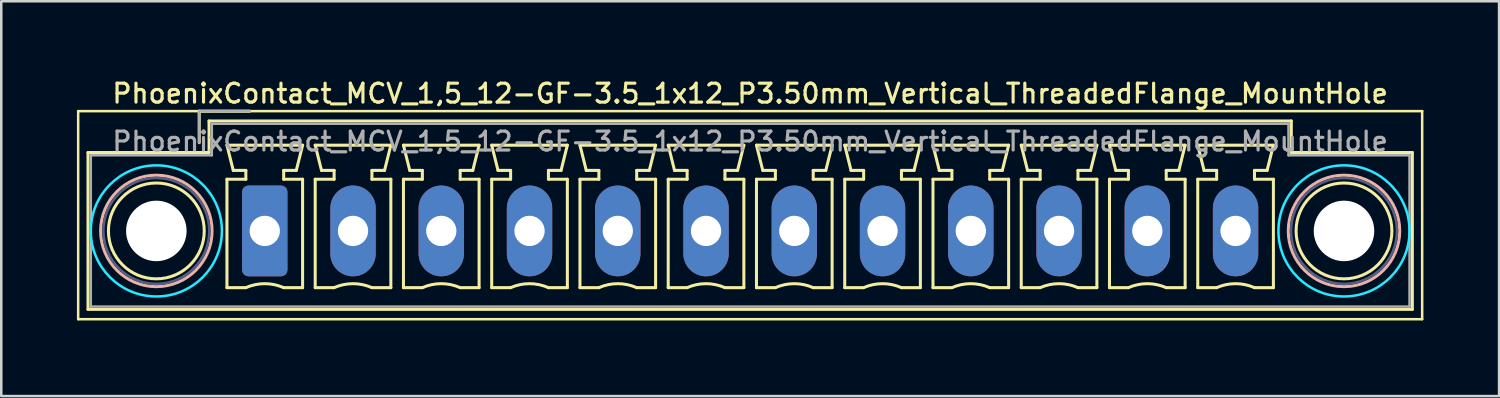
<source format=kicad_pcb>
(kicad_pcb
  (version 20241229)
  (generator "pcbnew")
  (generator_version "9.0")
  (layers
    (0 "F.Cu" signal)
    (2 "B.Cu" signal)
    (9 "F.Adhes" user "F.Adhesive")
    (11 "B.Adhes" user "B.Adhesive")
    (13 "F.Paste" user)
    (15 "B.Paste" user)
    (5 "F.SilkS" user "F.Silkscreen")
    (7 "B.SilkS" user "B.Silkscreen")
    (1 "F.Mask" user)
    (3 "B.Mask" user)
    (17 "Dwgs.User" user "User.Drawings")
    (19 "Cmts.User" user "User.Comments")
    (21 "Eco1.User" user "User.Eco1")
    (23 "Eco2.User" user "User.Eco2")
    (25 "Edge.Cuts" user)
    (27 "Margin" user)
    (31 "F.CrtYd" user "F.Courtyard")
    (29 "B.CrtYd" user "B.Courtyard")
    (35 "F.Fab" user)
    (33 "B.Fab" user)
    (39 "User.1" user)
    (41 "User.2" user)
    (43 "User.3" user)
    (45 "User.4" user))
  (footprint "PhoenixContact_MCV_1,5_12-GF-3.5_1x12_P3.50mm_Vertical_ThreadedFlange_MountHole"
    (layer "F.Cu")
    (at 7.45 6.108)
    (property "Reference" "PhoenixContact_MCV_1,5_12-GF-3.5_1x12_P3.50mm_Vertical_ThreadedFlange_MountHole" (at 19.25 -5.45 0) (layer "F.SilkS") (effects (font (size 0.75 0.75) (thickness 0.125))))
    (attr through_hole)
    (fp_line (start -7.4 -4.75) (end -7.4 3.5) (stroke (width 0.1) (type solid)) (layer "F.SilkS"))
    (fp_line (start -7.4 3.5) (end 45.9 3.5) (stroke (width 0.1) (type solid)) (layer "F.SilkS"))
    (fp_line (start -7.01 -3.11) (end -7.01 3.11) (stroke (width 0.12) (type solid)) (layer "F.SilkS"))
    (fp_line (start -7.01 3.11) (end 45.51 3.11) (stroke (width 0.12) (type solid)) (layer "F.SilkS"))
    (fp_line (start -2.6 -4.75) (end -0.6 -4.75) (stroke (width 0.12) (type solid)) (layer "F.SilkS"))
    (fp_line (start -2.6 -3.5) (end -2.6 -4.75) (stroke (width 0.12) (type solid)) (layer "F.SilkS"))
    (fp_line (start -2.21 -4.36) (end -2.21 -3.11) (stroke (width 0.12) (type solid)) (layer "F.SilkS"))
    (fp_line (start -2.21 -3.11) (end -7.01 -3.11) (stroke (width 0.12) (type solid)) (layer "F.SilkS"))
    (fp_line (start -1.5 -3.4) (end 1.5 -3.4) (stroke (width 0.12) (type solid)) (layer "F.SilkS"))
    (fp_line (start -1.5 -2.05) (end -0.75 -2.05) (stroke (width 0.12) (type solid)) (layer "F.SilkS"))
    (fp_line (start -1.5 2.25) (end -1.5 -2.05) (stroke (width 0.12) (type solid)) (layer "F.SilkS"))
    (fp_line (start -1.25 -2.4) (end -1.5 -3.4) (stroke (width 0.12) (type solid)) (layer "F.SilkS"))
    (fp_line (start -0.75 -2.4) (end -1.25 -2.4) (stroke (width 0.12) (type solid)) (layer "F.SilkS"))
    (fp_line (start -0.75 -2.05) (end -0.75 -2.4) (stroke (width 0.12) (type solid)) (layer "F.SilkS"))
    (fp_line (start -0.75 2.25) (end -1.5 2.25) (stroke (width 0.12) (type solid)) (layer "F.SilkS"))
    (fp_line (start 0.75 -2.4) (end 0.75 -2.05) (stroke (width 0.12) (type solid)) (layer "F.SilkS"))
    (fp_line (start 0.75 -2.05) (end 1.5 -2.05) (stroke (width 0.12) (type solid)) (layer "F.SilkS"))
    (fp_line (start 1.25 -2.4) (end 0.75 -2.4) (stroke (width 0.12) (type solid)) (layer "F.SilkS"))
    (fp_line (start 1.5 -3.4) (end 1.25 -2.4) (stroke (width 0.12) (type solid)) (layer "F.SilkS"))
    (fp_line (start 1.5 -2.05) (end 1.5 2.25) (stroke (width 0.12) (type solid)) (layer "F.SilkS"))
    (fp_line (start 1.5 2.25) (end 0.75 2.25) (stroke (width 0.12) (type solid)) (layer "F.SilkS"))
    (fp_line (start 2 -3.4) (end 5 -3.4) (stroke (width 0.12) (type solid)) (layer "F.SilkS"))
    (fp_line (start 2 -2.05) (end 2.75 -2.05) (stroke (width 0.12) (type solid)) (layer "F.SilkS"))
    (fp_line (start 2 2.25) (end 2 -2.05) (stroke (width 0.12) (type solid)) (layer "F.SilkS"))
    (fp_line (start 2.25 -2.4) (end 2 -3.4) (stroke (width 0.12) (type solid)) (layer "F.SilkS"))
    (fp_line (start 2.75 -2.4) (end 2.25 -2.4) (stroke (width 0.12) (type solid)) (layer "F.SilkS"))
    (fp_line (start 2.75 -2.05) (end 2.75 -2.4) (stroke (width 0.12) (type solid)) (layer "F.SilkS"))
    (fp_line (start 2.75 2.25) (end 2 2.25) (stroke (width 0.12) (type solid)) (layer "F.SilkS"))
    (fp_line (start 4.25 -2.4) (end 4.25 -2.05) (stroke (width 0.12) (type solid)) (layer "F.SilkS"))
    (fp_line (start 4.25 -2.05) (end 5 -2.05) (stroke (width 0.12) (type solid)) (layer "F.SilkS"))
    (fp_line (start 4.75 -2.4) (end 4.25 -2.4) (stroke (width 0.12) (type solid)) (layer "F.SilkS"))
    (fp_line (start 5 -3.4) (end 4.75 -2.4) (stroke (width 0.12) (type solid)) (layer "F.SilkS"))
    (fp_line (start 5 -2.05) (end 5 2.25) (stroke (width 0.12) (type solid)) (layer "F.SilkS"))
    (fp_line (start 5 2.25) (end 4.25 2.25) (stroke (width 0.12) (type solid)) (layer "F.SilkS"))
    (fp_line (start 5.5 -3.4) (end 8.5 -3.4) (stroke (width 0.12) (type solid)) (layer "F.SilkS"))
    (fp_line (start 5.5 -2.05) (end 6.25 -2.05) (stroke (width 0.12) (type solid)) (layer "F.SilkS"))
    (fp_line (start 5.5 2.25) (end 5.5 -2.05) (stroke (width 0.12) (type solid)) (layer "F.SilkS"))
    (fp_line (start 5.75 -2.4) (end 5.5 -3.4) (stroke (width 0.12) (type solid)) (layer "F.SilkS"))
    (fp_line (start 6.25 -2.4) (end 5.75 -2.4) (stroke (width 0.12) (type solid)) (layer "F.SilkS"))
    (fp_line (start 6.25 -2.05) (end 6.25 -2.4) (stroke (width 0.12) (type solid)) (layer "F.SilkS"))
    (fp_line (start 6.25 2.25) (end 5.5 2.25) (stroke (width 0.12) (type solid)) (layer "F.SilkS"))
    (fp_line (start 7.75 -2.4) (end 7.75 -2.05) (stroke (width 0.12) (type solid)) (layer "F.SilkS"))
    (fp_line (start 7.75 -2.05) (end 8.5 -2.05) (stroke (width 0.12) (type solid)) (layer "F.SilkS"))
    (fp_line (start 8.25 -2.4) (end 7.75 -2.4) (stroke (width 0.12) (type solid)) (layer "F.SilkS"))
    (fp_line (start 8.5 -3.4) (end 8.25 -2.4) (stroke (width 0.12) (type solid)) (layer "F.SilkS"))
    (fp_line (start 8.5 -2.05) (end 8.5 2.25) (stroke (width 0.12) (type solid)) (layer "F.SilkS"))
    (fp_line (start 8.5 2.25) (end 7.75 2.25) (stroke (width 0.12) (type solid)) (layer "F.SilkS"))
    (fp_line (start 9 -3.4) (end 12 -3.4) (stroke (width 0.12) (type solid)) (layer "F.SilkS"))
    (fp_line (start 9 -2.05) (end 9.75 -2.05) (stroke (width 0.12) (type solid)) (layer "F.SilkS"))
    (fp_line (start 9 2.25) (end 9 -2.05) (stroke (width 0.12) (type solid)) (layer "F.SilkS"))
    (fp_line (start 9.25 -2.4) (end 9 -3.4) (stroke (width 0.12) (type solid)) (layer "F.SilkS"))
    (fp_line (start 9.75 -2.4) (end 9.25 -2.4) (stroke (width 0.12) (type solid)) (layer "F.SilkS"))
    (fp_line (start 9.75 -2.05) (end 9.75 -2.4) (stroke (width 0.12) (type solid)) (layer "F.SilkS"))
    (fp_line (start 9.75 2.25) (end 9 2.25) (stroke (width 0.12) (type solid)) (layer "F.SilkS"))
    (fp_line (start 11.25 -2.4) (end 11.25 -2.05) (stroke (width 0.12) (type solid)) (layer "F.SilkS"))
    (fp_line (start 11.25 -2.05) (end 12 -2.05) (stroke (width 0.12) (type solid)) (layer "F.SilkS"))
    (fp_line (start 11.75 -2.4) (end 11.25 -2.4) (stroke (width 0.12) (type solid)) (layer "F.SilkS"))
    (fp_line (start 12 -3.4) (end 11.75 -2.4) (stroke (width 0.12) (type solid)) (layer "F.SilkS"))
    (fp_line (start 12 -2.05) (end 12 2.25) (stroke (width 0.12) (type solid)) (layer "F.SilkS"))
    (fp_line (start 12 2.25) (end 11.25 2.25) (stroke (width 0.12) (type solid)) (layer "F.SilkS"))
    (fp_line (start 12.5 -3.4) (end 15.5 -3.4) (stroke (width 0.12) (type solid)) (layer "F.SilkS"))
    (fp_line (start 12.5 -2.05) (end 13.25 -2.05) (stroke (width 0.12) (type solid)) (layer "F.SilkS"))
    (fp_line (start 12.5 2.25) (end 12.5 -2.05) (stroke (width 0.12) (type solid)) (layer "F.SilkS"))
    (fp_line (start 12.75 -2.4) (end 12.5 -3.4) (stroke (width 0.12) (type solid)) (layer "F.SilkS"))
    (fp_line (start 13.25 -2.4) (end 12.75 -2.4) (stroke (width 0.12) (type solid)) (layer "F.SilkS"))
    (fp_line (start 13.25 -2.05) (end 13.25 -2.4) (stroke (width 0.12) (type solid)) (layer "F.SilkS"))
    (fp_line (start 13.25 2.25) (end 12.5 2.25) (stroke (width 0.12) (type solid)) (layer "F.SilkS"))
    (fp_line (start 14.75 -2.4) (end 14.75 -2.05) (stroke (width 0.12) (type solid)) (layer "F.SilkS"))
    (fp_line (start 14.75 -2.05) (end 15.5 -2.05) (stroke (width 0.12) (type solid)) (layer "F.SilkS"))
    (fp_line (start 15.25 -2.4) (end 14.75 -2.4) (stroke (width 0.12) (type solid)) (layer "F.SilkS"))
    (fp_line (start 15.5 -3.4) (end 15.25 -2.4) (stroke (width 0.12) (type solid)) (layer "F.SilkS"))
    (fp_line (start 15.5 -2.05) (end 15.5 2.25) (stroke (width 0.12) (type solid)) (layer "F.SilkS"))
    (fp_line (start 15.5 2.25) (end 14.75 2.25) (stroke (width 0.12) (type solid)) (layer "F.SilkS"))
    (fp_line (start 16 -3.4) (end 19 -3.4) (stroke (width 0.12) (type solid)) (layer "F.SilkS"))
    (fp_line (start 16 -2.05) (end 16.75 -2.05) (stroke (width 0.12) (type solid)) (layer "F.SilkS"))
    (fp_line (start 16 2.25) (end 16 -2.05) (stroke (width 0.12) (type solid)) (layer "F.SilkS"))
    (fp_line (start 16.25 -2.4) (end 16 -3.4) (stroke (width 0.12) (type solid)) (layer "F.SilkS"))
    (fp_line (start 16.75 -2.4) (end 16.25 -2.4) (stroke (width 0.12) (type solid)) (layer "F.SilkS"))
    (fp_line (start 16.75 -2.05) (end 16.75 -2.4) (stroke (width 0.12) (type solid)) (layer "F.SilkS"))
    (fp_line (start 16.75 2.25) (end 16 2.25) (stroke (width 0.12) (type solid)) (layer "F.SilkS"))
    (fp_line (start 18.25 -2.4) (end 18.25 -2.05) (stroke (width 0.12) (type solid)) (layer "F.SilkS"))
    (fp_line (start 18.25 -2.05) (end 19 -2.05) (stroke (width 0.12) (type solid)) (layer "F.SilkS"))
    (fp_line (start 18.75 -2.4) (end 18.25 -2.4) (stroke (width 0.12) (type solid)) (layer "F.SilkS"))
    (fp_line (start 19 -3.4) (end 18.75 -2.4) (stroke (width 0.12) (type solid)) (layer "F.SilkS"))
    (fp_line (start 19 -2.05) (end 19 2.25) (stroke (width 0.12) (type solid)) (layer "F.SilkS"))
    (fp_line (start 19 2.25) (end 18.25 2.25) (stroke (width 0.12) (type solid)) (layer "F.SilkS"))
    (fp_line (start 19.5 -3.4) (end 22.5 -3.4) (stroke (width 0.12) (type solid)) (layer "F.SilkS"))
    (fp_line (start 19.5 -2.05) (end 20.25 -2.05) (stroke (width 0.12) (type solid)) (layer "F.SilkS"))
    (fp_line (start 19.5 2.25) (end 19.5 -2.05) (stroke (width 0.12) (type solid)) (layer "F.SilkS"))
    (fp_line (start 19.75 -2.4) (end 19.5 -3.4) (stroke (width 0.12) (type solid)) (layer "F.SilkS"))
    (fp_line (start 20.25 -2.4) (end 19.75 -2.4) (stroke (width 0.12) (type solid)) (layer "F.SilkS"))
    (fp_line (start 20.25 -2.05) (end 20.25 -2.4) (stroke (width 0.12) (type solid)) (layer "F.SilkS"))
    (fp_line (start 20.25 2.25) (end 19.5 2.25) (stroke (width 0.12) (type solid)) (layer "F.SilkS"))
    (fp_line (start 21.75 -2.4) (end 21.75 -2.05) (stroke (width 0.12) (type solid)) (layer "F.SilkS"))
    (fp_line (start 21.75 -2.05) (end 22.5 -2.05) (stroke (width 0.12) (type solid)) (layer "F.SilkS"))
    (fp_line (start 22.25 -2.4) (end 21.75 -2.4) (stroke (width 0.12) (type solid)) (layer "F.SilkS"))
    (fp_line (start 22.5 -3.4) (end 22.25 -2.4) (stroke (width 0.12) (type solid)) (layer "F.SilkS"))
    (fp_line (start 22.5 -2.05) (end 22.5 2.25) (stroke (width 0.12) (type solid)) (layer "F.SilkS"))
    (fp_line (start 22.5 2.25) (end 21.75 2.25) (stroke (width 0.12) (type solid)) (layer "F.SilkS"))
    (fp_line (start 23 -3.4) (end 26 -3.4) (stroke (width 0.12) (type solid)) (layer "F.SilkS"))
    (fp_line (start 23 -2.05) (end 23.75 -2.05) (stroke (width 0.12) (type solid)) (layer "F.SilkS"))
    (fp_line (start 23 2.25) (end 23 -2.05) (stroke (width 0.12) (type solid)) (layer "F.SilkS"))
    (fp_line (start 23.25 -2.4) (end 23 -3.4) (stroke (width 0.12) (type solid)) (layer "F.SilkS"))
    (fp_line (start 23.75 -2.4) (end 23.25 -2.4) (stroke (width 0.12) (type solid)) (layer "F.SilkS"))
    (fp_line (start 23.75 -2.05) (end 23.75 -2.4) (stroke (width 0.12) (type solid)) (layer "F.SilkS"))
    (fp_line (start 23.75 2.25) (end 23 2.25) (stroke (width 0.12) (type solid)) (layer "F.SilkS"))
    (fp_line (start 25.25 -2.4) (end 25.25 -2.05) (stroke (width 0.12) (type solid)) (layer "F.SilkS"))
    (fp_line (start 25.25 -2.05) (end 26 -2.05) (stroke (width 0.12) (type solid)) (layer "F.SilkS"))
    (fp_line (start 25.75 -2.4) (end 25.25 -2.4) (stroke (width 0.12) (type solid)) (layer "F.SilkS"))
    (fp_line (start 26 -3.4) (end 25.75 -2.4) (stroke (width 0.12) (type solid)) (layer "F.SilkS"))
    (fp_line (start 26 -2.05) (end 26 2.25) (stroke (width 0.12) (type solid)) (layer "F.SilkS"))
    (fp_line (start 26 2.25) (end 25.25 2.25) (stroke (width 0.12) (type solid)) (layer "F.SilkS"))
    (fp_line (start 26.5 -3.4) (end 29.5 -3.4) (stroke (width 0.12) (type solid)) (layer "F.SilkS"))
    (fp_line (start 26.5 -2.05) (end 27.25 -2.05) (stroke (width 0.12) (type solid)) (layer "F.SilkS"))
    (fp_line (start 26.5 2.25) (end 26.5 -2.05) (stroke (width 0.12) (type solid)) (layer "F.SilkS"))
    (fp_line (start 26.75 -2.4) (end 26.5 -3.4) (stroke (width 0.12) (type solid)) (layer "F.SilkS"))
    (fp_line (start 27.25 -2.4) (end 26.75 -2.4) (stroke (width 0.12) (type solid)) (layer "F.SilkS"))
    (fp_line (start 27.25 -2.05) (end 27.25 -2.4) (stroke (width 0.12) (type solid)) (layer "F.SilkS"))
    (fp_line (start 27.25 2.25) (end 26.5 2.25) (stroke (width 0.12) (type solid)) (layer "F.SilkS"))
    (fp_line (start 28.75 -2.4) (end 28.75 -2.05) (stroke (width 0.12) (type solid)) (layer "F.SilkS"))
    (fp_line (start 28.75 -2.05) (end 29.5 -2.05) (stroke (width 0.12) (type solid)) (layer "F.SilkS"))
    (fp_line (start 29.25 -2.4) (end 28.75 -2.4) (stroke (width 0.12) (type solid)) (layer "F.SilkS"))
    (fp_line (start 29.5 -3.4) (end 29.25 -2.4) (stroke (width 0.12) (type solid)) (layer "F.SilkS"))
    (fp_line (start 29.5 -2.05) (end 29.5 2.25) (stroke (width 0.12) (type solid)) (layer "F.SilkS"))
    (fp_line (start 29.5 2.25) (end 28.75 2.25) (stroke (width 0.12) (type solid)) (layer "F.SilkS"))
    (fp_line (start 30 -3.4) (end 33 -3.4) (stroke (width 0.12) (type solid)) (layer "F.SilkS"))
    (fp_line (start 30 -2.05) (end 30.75 -2.05) (stroke (width 0.12) (type solid)) (layer "F.SilkS"))
    (fp_line (start 30 2.25) (end 30 -2.05) (stroke (width 0.12) (type solid)) (layer "F.SilkS"))
    (fp_line (start 30.25 -2.4) (end 30 -3.4) (stroke (width 0.12) (type solid)) (layer "F.SilkS"))
    (fp_line (start 30.75 -2.4) (end 30.25 -2.4) (stroke (width 0.12) (type solid)) (layer "F.SilkS"))
    (fp_line (start 30.75 -2.05) (end 30.75 -2.4) (stroke (width 0.12) (type solid)) (layer "F.SilkS"))
    (fp_line (start 30.75 2.25) (end 30 2.25) (stroke (width 0.12) (type solid)) (layer "F.SilkS"))
    (fp_line (start 32.25 -2.4) (end 32.25 -2.05) (stroke (width 0.12) (type solid)) (layer "F.SilkS"))
    (fp_line (start 32.25 -2.05) (end 33 -2.05) (stroke (width 0.12) (type solid)) (layer "F.SilkS"))
    (fp_line (start 32.75 -2.4) (end 32.25 -2.4) (stroke (width 0.12) (type solid)) (layer "F.SilkS"))
    (fp_line (start 33 -3.4) (end 32.75 -2.4) (stroke (width 0.12) (type solid)) (layer "F.SilkS"))
    (fp_line (start 33 -2.05) (end 33 2.25) (stroke (width 0.12) (type solid)) (layer "F.SilkS"))
    (fp_line (start 33 2.25) (end 32.25 2.25) (stroke (width 0.12) (type solid)) (layer "F.SilkS"))
    (fp_line (start 33.5 -3.4) (end 36.5 -3.4) (stroke (width 0.12) (type solid)) (layer "F.SilkS"))
    (fp_line (start 33.5 -2.05) (end 34.25 -2.05) (stroke (width 0.12) (type solid)) (layer "F.SilkS"))
    (fp_line (start 33.5 2.25) (end 33.5 -2.05) (stroke (width 0.12) (type solid)) (layer "F.SilkS"))
    (fp_line (start 33.75 -2.4) (end 33.5 -3.4) (stroke (width 0.12) (type solid)) (layer "F.SilkS"))
    (fp_line (start 34.25 -2.4) (end 33.75 -2.4) (stroke (width 0.12) (type solid)) (layer "F.SilkS"))
    (fp_line (start 34.25 -2.05) (end 34.25 -2.4) (stroke (width 0.12) (type solid)) (layer "F.SilkS"))
    (fp_line (start 34.25 2.25) (end 33.5 2.25) (stroke (width 0.12) (type solid)) (layer "F.SilkS"))
    (fp_line (start 35.75 -2.4) (end 35.75 -2.05) (stroke (width 0.12) (type solid)) (layer "F.SilkS"))
    (fp_line (start 35.75 -2.05) (end 36.5 -2.05) (stroke (width 0.12) (type solid)) (layer "F.SilkS"))
    (fp_line (start 36.25 -2.4) (end 35.75 -2.4) (stroke (width 0.12) (type solid)) (layer "F.SilkS"))
    (fp_line (start 36.5 -3.4) (end 36.25 -2.4) (stroke (width 0.12) (type solid)) (layer "F.SilkS"))
    (fp_line (start 36.5 -2.05) (end 36.5 2.25) (stroke (width 0.12) (type solid)) (layer "F.SilkS"))
    (fp_line (start 36.5 2.25) (end 35.75 2.25) (stroke (width 0.12) (type solid)) (layer "F.SilkS"))
    (fp_line (start 37 -3.4) (end 40 -3.4) (stroke (width 0.12) (type solid)) (layer "F.SilkS"))
    (fp_line (start 37 -2.05) (end 37.75 -2.05) (stroke (width 0.12) (type solid)) (layer "F.SilkS"))
    (fp_line (start 37 2.25) (end 37 -2.05) (stroke (width 0.12) (type solid)) (layer "F.SilkS"))
    (fp_line (start 37.25 -2.4) (end 37 -3.4) (stroke (width 0.12) (type solid)) (layer "F.SilkS"))
    (fp_line (start 37.75 -2.4) (end 37.25 -2.4) (stroke (width 0.12) (type solid)) (layer "F.SilkS"))
    (fp_line (start 37.75 -2.05) (end 37.75 -2.4) (stroke (width 0.12) (type solid)) (layer "F.SilkS"))
    (fp_line (start 37.75 2.25) (end 37 2.25) (stroke (width 0.12) (type solid)) (layer "F.SilkS"))
    (fp_line (start 39.25 -2.4) (end 39.25 -2.05) (stroke (width 0.12) (type solid)) (layer "F.SilkS"))
    (fp_line (start 39.25 -2.05) (end 40 -2.05) (stroke (width 0.12) (type solid)) (layer "F.SilkS"))
    (fp_line (start 39.75 -2.4) (end 39.25 -2.4) (stroke (width 0.12) (type solid)) (layer "F.SilkS"))
    (fp_line (start 40 -3.4) (end 39.75 -2.4) (stroke (width 0.12) (type solid)) (layer "F.SilkS"))
    (fp_line (start 40 -2.05) (end 40 2.25) (stroke (width 0.12) (type solid)) (layer "F.SilkS"))
    (fp_line (start 40 2.25) (end 39.25 2.25) (stroke (width 0.12) (type solid)) (layer "F.SilkS"))
    (fp_line (start 40.71 -4.36) (end -2.21 -4.36) (stroke (width 0.12) (type solid)) (layer "F.SilkS"))
    (fp_line (start 40.71 -3.11) (end 40.71 -4.36) (stroke (width 0.12) (type solid)) (layer "F.SilkS"))
    (fp_line (start 45.51 -3.11) (end 40.71 -3.11) (stroke (width 0.12) (type solid)) (layer "F.SilkS"))
    (fp_line (start 45.51 3.11) (end 45.51 -3.11) (stroke (width 0.12) (type solid)) (layer "F.SilkS"))
    (fp_line (start 45.9 -4.75) (end -7.4 -4.75) (stroke (width 0.1) (type solid)) (layer "F.SilkS"))
    (fp_line (start 45.9 3.5) (end 45.9 -4.75) (stroke (width 0.1) (type solid)) (layer "F.SilkS"))
    (fp_arc (start -0.75 2.25) (mid -0.000193 2.09191) (end 0.749647 2.249844) (stroke (width 0.12) (type solid)) (layer "F.SilkS"))
    (fp_arc (start 2.75 2.25) (mid 3.499807 2.09191) (end 4.249647 2.249844) (stroke (width 0.12) (type solid)) (layer "F.SilkS"))
    (fp_arc (start 6.25 2.25) (mid 6.999807 2.09191) (end 7.749647 2.249844) (stroke (width 0.12) (type solid)) (layer "F.SilkS"))
    (fp_arc (start 9.75 2.25) (mid 10.499807 2.09191) (end 11.249647 2.249844) (stroke (width 0.12) (type solid)) (layer "F.SilkS"))
    (fp_arc (start 13.25 2.25) (mid 13.999807 2.09191) (end 14.749647 2.249844) (stroke (width 0.12) (type solid)) (layer "F.SilkS"))
    (fp_arc (start 16.75 2.25) (mid 17.499807 2.09191) (end 18.249647 2.249844) (stroke (width 0.12) (type solid)) (layer "F.SilkS"))
    (fp_arc (start 20.25 2.25) (mid 20.999807 2.09191) (end 21.749647 2.249844) (stroke (width 0.12) (type solid)) (layer "F.SilkS"))
    (fp_arc (start 23.75 2.25) (mid 24.499807 2.09191) (end 25.249647 2.249844) (stroke (width 0.12) (type solid)) (layer "F.SilkS"))
    (fp_arc (start 27.25 2.25) (mid 27.999807 2.09191) (end 28.749647 2.249844) (stroke (width 0.12) (type solid)) (layer "F.SilkS"))
    (fp_arc (start 30.75 2.25) (mid 31.499807 2.09191) (end 32.249647 2.249844) (stroke (width 0.12) (type solid)) (layer "F.SilkS"))
    (fp_arc (start 34.25 2.25) (mid 34.999807 2.09191) (end 35.749647 2.249844) (stroke (width 0.12) (type solid)) (layer "F.SilkS"))
    (fp_arc (start 37.75 2.25) (mid 38.499807 2.09191) (end 39.249647 2.249844) (stroke (width 0.12) (type solid)) (layer "F.SilkS"))
    (fp_circle (center -4.3 0) (end -2.4 0) (stroke (width 0.12) (type solid)) (fill no) (layer "F.SilkS"))
    (fp_circle (center 42.8 0) (end 44.7 0) (stroke (width 0.12) (type solid)) (fill no) (layer "F.SilkS"))
    (fp_circle (center -4.3 0) (end -2.09 0) (stroke (width 0.12) (type solid)) (fill no) (layer "B.SilkS"))
    (fp_circle (center 42.8 0) (end 45.01 0) (stroke (width 0.12) (type solid)) (fill no) (layer "B.SilkS"))
    (fp_circle (center -4.3 0) (end -1.7 0) (stroke (width 0.1) (type solid)) (fill no) (layer "B.CrtYd"))
    (fp_circle (center 42.8 0) (end 45.4 0) (stroke (width 0.1) (type solid)) (fill no) (layer "B.CrtYd"))
    (fp_circle (center -4.3 0) (end -2.2 0) (stroke (width 0.1) (type solid)) (fill no) (layer "B.Fab"))
    (fp_circle (center 42.8 0) (end 44.9 0) (stroke (width 0.1) (type solid)) (fill no) (layer "B.Fab"))
    (fp_line (start -6.9 -3) (end -6.9 3) (stroke (width 0.1) (type solid)) (layer "F.Fab"))
    (fp_line (start -6.9 3) (end 45.4 3) (stroke (width 0.1) (type solid)) (layer "F.Fab"))
    (fp_line (start -2.6 -4.75) (end -0.6 -4.75) (stroke (width 0.1) (type solid)) (layer "F.Fab"))
    (fp_line (start -2.6 -3.5) (end -2.6 -4.75) (stroke (width 0.1) (type solid)) (layer "F.Fab"))
    (fp_line (start -2.1 -4.25) (end -2.1 -3) (stroke (width 0.1) (type solid)) (layer "F.Fab"))
    (fp_line (start -2.1 -3) (end -6.9 -3) (stroke (width 0.1) (type solid)) (layer "F.Fab"))
    (fp_line (start 40.6 -4.25) (end -2.1 -4.25) (stroke (width 0.1) (type solid)) (layer "F.Fab"))
    (fp_line (start 40.6 -3) (end 40.6 -4.25) (stroke (width 0.1) (type solid)) (layer "F.Fab"))
    (fp_line (start 45.4 -3) (end 40.6 -3) (stroke (width 0.1) (type solid)) (layer "F.Fab"))
    (fp_line (start 45.4 3) (end 45.4 -3) (stroke (width 0.1) (type solid)) (layer "F.Fab"))
    (fp_text user "${REFERENCE}" (at 19.25 -3.55 0) (layer "F.Fab") (effects (font (size 0.75 0.75) (thickness 0.125))))
    (pad "" np_thru_hole circle (at -4.3 0) (size 2.4 2.4) (drill 2.4) (layers "*.Cu" "*.Mask"))
    (pad "" np_thru_hole circle (at 42.8 0) (size 2.4 2.4) (drill 2.4) (layers "*.Cu" "*.Mask"))
    (pad "1" thru_hole roundrect (at 0 0) (size 1.8 3.6) (drill 1.2) (layers "*.Cu" "*.Mask") (roundrect_rratio 0.139))
    (pad "2" thru_hole oval (at 3.5 0) (size 1.8 3.6) (drill 1.2) (layers "*.Cu" "*.Mask"))
    (pad "3" thru_hole oval (at 7 0) (size 1.8 3.6) (drill 1.2) (layers "*.Cu" "*.Mask"))
    (pad "4" thru_hole oval (at 10.5 0) (size 1.8 3.6) (drill 1.2) (layers "*.Cu" "*.Mask"))
    (pad "5" thru_hole oval (at 14 0) (size 1.8 3.6) (drill 1.2) (layers "*.Cu" "*.Mask"))
    (pad "6" thru_hole oval (at 17.5 0) (size 1.8 3.6) (drill 1.2) (layers "*.Cu" "*.Mask"))
    (pad "7" thru_hole oval (at 21 0) (size 1.8 3.6) (drill 1.2) (layers "*.Cu" "*.Mask"))
    (pad "8" thru_hole oval (at 24.5 0) (size 1.8 3.6) (drill 1.2) (layers "*.Cu" "*.Mask"))
    (pad "9" thru_hole oval (at 28 0) (size 1.8 3.6) (drill 1.2) (layers "*.Cu" "*.Mask"))
    (pad "10" thru_hole oval (at 31.5 0) (size 1.8 3.6) (drill 1.2) (layers "*.Cu" "*.Mask"))
    (pad "11" thru_hole oval (at 35 0) (size 1.8 3.6) (drill 1.2) (layers "*.Cu" "*.Mask"))
    (pad "12" thru_hole oval (at 38.5 0) (size 1.8 3.6) (drill 1.2) (layers "*.Cu" "*.Mask")))
  (gr_rect
    (start -3 -3)
    (end 56.4 12.658)
    (stroke (width 0.1) (type default))
    (fill no)
    (layer "Edge.Cuts")))
</source>
